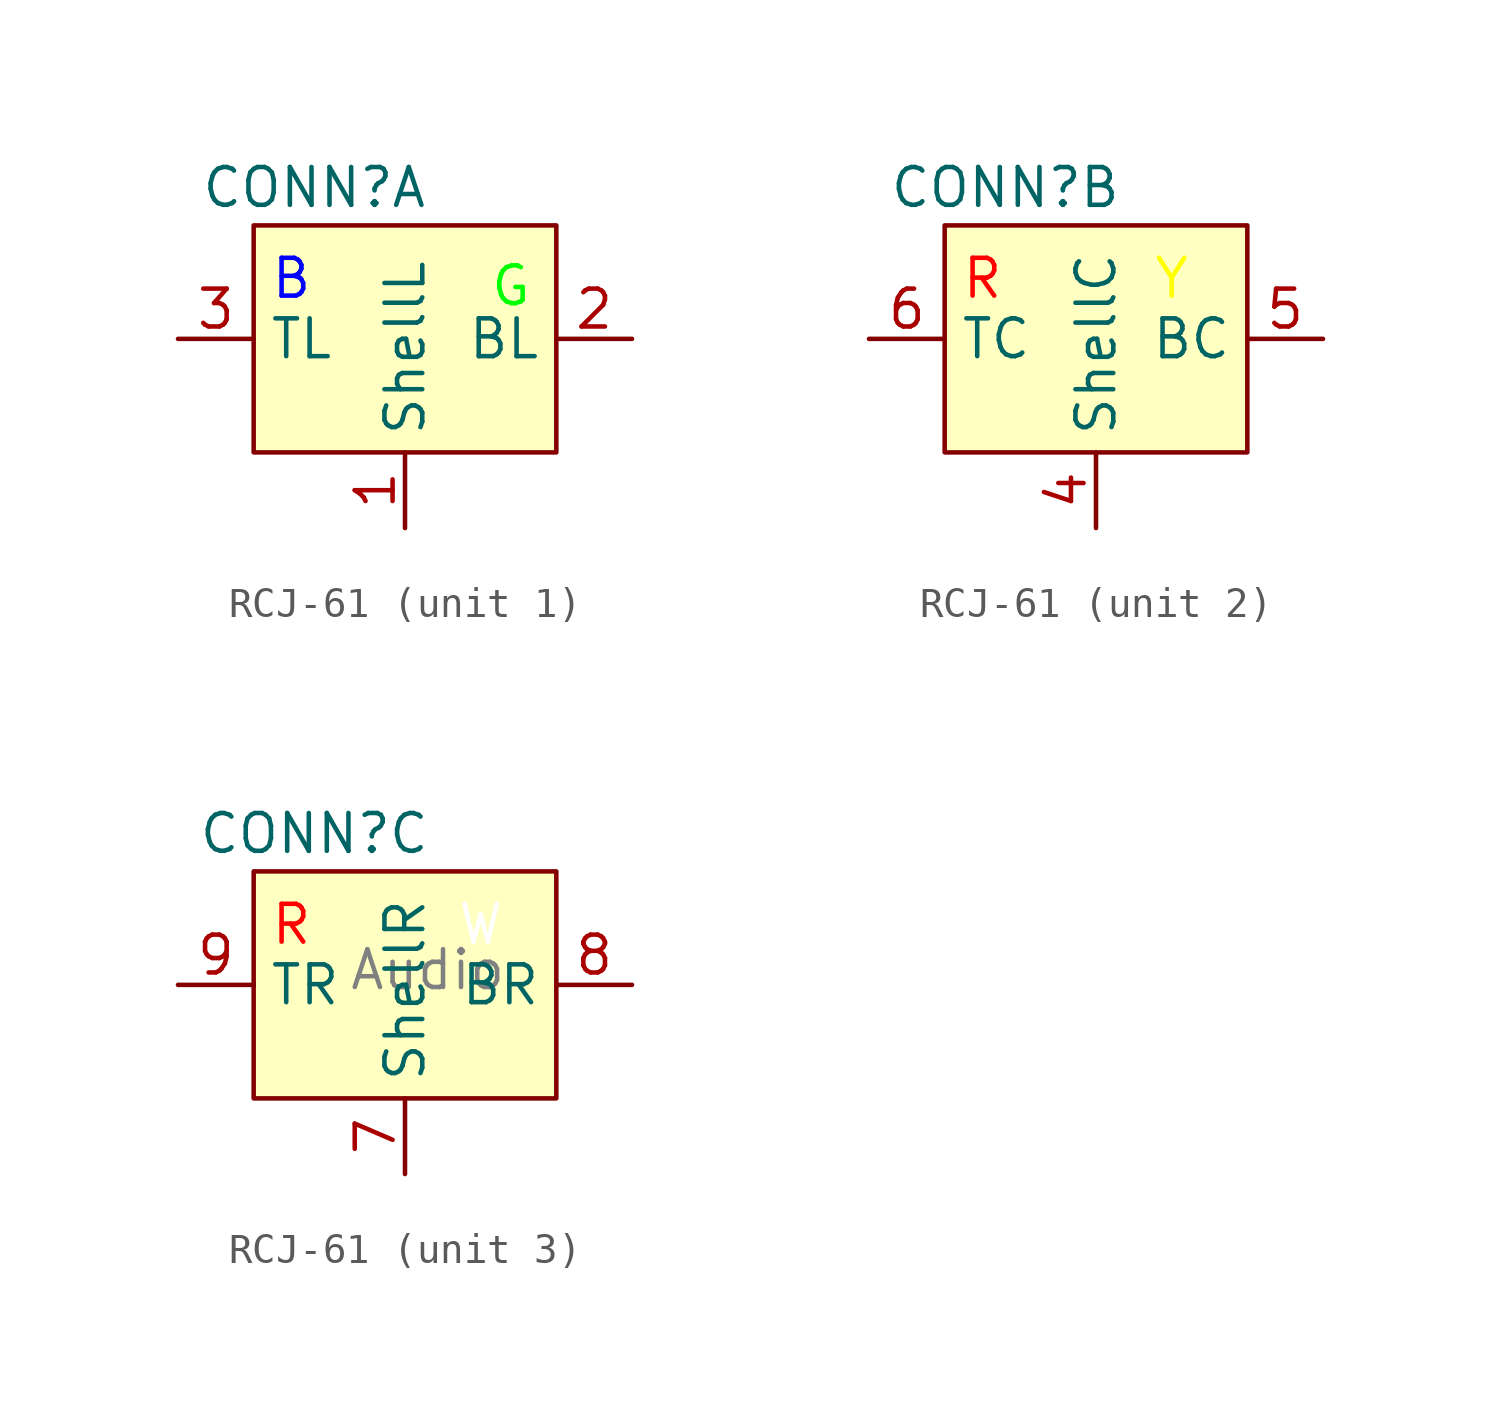
<source format=kicad_sym>
(kicad_symbol_lib
  (version 20241209)
  (generator "kicad_symbol_editor")
  (generator_version "9.0")
  (symbol "RCJ-61"
    (property "Reference" "CONN"
      (at -3.048 7.62 0)
      (effects (font (size 1.27 1.27))))
    (property "ki_locked" ""
      (at 0 0 0)
      (effects (font (size 1.27 1.27))))
    (symbol "RCJ-61_1_0"
      (pin bidirectional line (at -7.62 2.54 0) (length 2.54) (name "TL" (effects (font (size 1.27 1.27)))) (number "3" (effects (font (size 1.27 1.27)))))
      (pin power_in line (at 0 -3.81 90) (length 2.54) (name "ShellL" (effects (font (size 1.27 1.27)))) (number "1" (effects (font (size 1.27 1.27)))))
      (pin bidirectional line (at 7.62 2.54 180) (length 2.54) (name "BL" (effects (font (size 1.27 1.27)))) (number "2" (effects (font (size 1.27 1.27))))))
    (symbol "RCJ-61_1_1"
      (rectangle (start -5.08 6.35) (end 5.08 -1.27) (stroke (width 0) (type solid)) (fill (type background)))
      (text "B" (at -3.81 4.572 0) (effects (font (size 1.27 1.27) (color 0 0 255 1))))
      (text "G" (at 3.556 4.318 0) (effects (font (size 1.27 1.27) (color 0 255 0 1)))))
    (symbol "RCJ-61_2_0"
      (pin bidirectional line (at -7.62 2.54 0) (length 2.54) (name "TC" (effects (font (size 1.27 1.27)))) (number "6" (effects (font (size 1.27 1.27)))))
      (pin power_in line (at 0 -3.81 90) (length 2.54) (name "ShellC" (effects (font (size 1.27 1.27)))) (number "4" (effects (font (size 1.27 1.27)))))
      (pin bidirectional line (at 7.62 2.54 180) (length 2.54) (name "BC" (effects (font (size 1.27 1.27)))) (number "5" (effects (font (size 1.27 1.27))))))
    (symbol "RCJ-61_2_1"
      (rectangle (start -5.08 6.35) (end 5.08 -1.27) (stroke (width 0) (type solid)) (fill (type background)))
      (text "R" (at -3.81 4.572 0) (effects (font (size 1.27 1.27) (color 255 0 0 1))))
      (text "Y" (at 2.54 4.572 0) (effects (font (size 1.27 1.27) (color 255 255 0 1)))))
    (symbol "RCJ-61_3_0"
      (pin bidirectional line (at -7.62 2.54 0) (length 2.54) (name "TR" (effects (font (size 1.27 1.27)))) (number "9" (effects (font (size 1.27 1.27)))))
      (pin power_in line (at 0 -3.81 90) (length 2.54) (name "ShellR" (effects (font (size 1.27 1.27)))) (number "7" (effects (font (size 1.27 1.27)))))
      (pin bidirectional line (at 7.62 2.54 180) (length 2.54) (name "BR" (effects (font (size 1.27 1.27)))) (number "8" (effects (font (size 1.27 1.27))))))
    (symbol "RCJ-61_3_1"
      (rectangle (start -5.08 6.35) (end 5.08 -1.27) (stroke (width 0) (type solid)) (fill (type background)))
      (text "R" (at -3.81 4.572 0) (effects (font (size 1.27 1.27) (color 255 0 0 1))))
      (text "Audio" (at 0.762 3.048 0) (effects (font (size 1.27 1.27) (color 128 128 128 1))))
      (text "W" (at 2.54 4.572 0) (effects (font (size 1.27 1.27) (color 255 255 255 1)))))))
</source>
